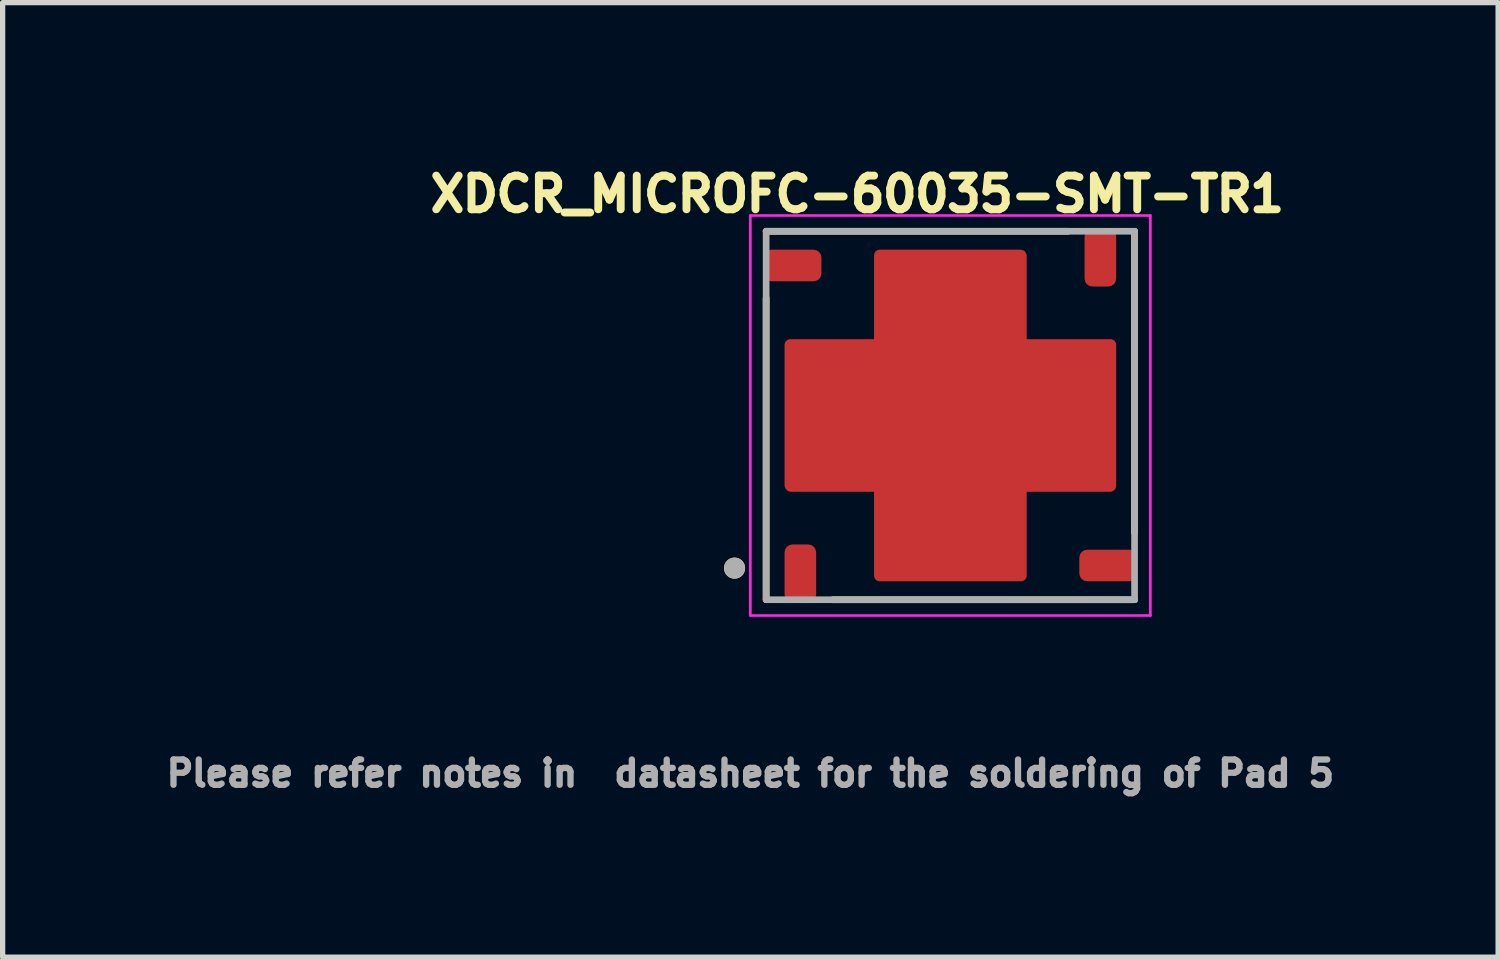
<source format=kicad_pcb>
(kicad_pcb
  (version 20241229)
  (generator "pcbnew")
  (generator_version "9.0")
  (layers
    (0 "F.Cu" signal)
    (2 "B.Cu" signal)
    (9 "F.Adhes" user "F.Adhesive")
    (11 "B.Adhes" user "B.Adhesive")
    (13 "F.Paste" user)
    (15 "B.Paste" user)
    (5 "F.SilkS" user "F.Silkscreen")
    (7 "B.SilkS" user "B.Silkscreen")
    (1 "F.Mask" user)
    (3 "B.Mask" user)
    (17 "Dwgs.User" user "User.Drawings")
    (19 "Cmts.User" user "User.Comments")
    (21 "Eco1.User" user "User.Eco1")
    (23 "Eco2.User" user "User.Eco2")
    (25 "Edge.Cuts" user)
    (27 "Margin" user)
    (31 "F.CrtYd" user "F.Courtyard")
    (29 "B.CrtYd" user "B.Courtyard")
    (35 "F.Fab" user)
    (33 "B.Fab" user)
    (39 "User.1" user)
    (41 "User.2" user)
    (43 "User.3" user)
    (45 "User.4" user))
  (footprint "XDCR_MICROFC-60035-SMT-TR1"
    (layer "F.Cu")
    (at 15.006 4.844)
    (property "Reference" "XDCR_MICROFC-60035-SMT-TR1" (at -1.768 -4.206 0) (layer "F.SilkS") (effects (font (size 0.64 0.64) (thickness 0.15))))
    (attr smd)
    (fp_poly (pts (xy -1.55 -1.55) (xy -1.55 -3.04) (xy -1.55 -3.051) (xy -1.549 -3.062) (xy -1.547 -3.073) (xy -1.545 -3.084) (xy -1.543 -3.094) (xy -1.54 -3.105) (xy -1.536 -3.115) (xy -1.532 -3.125) (xy -1.527 -3.135) (xy -1.522 -3.145) (xy -1.516 -3.154) (xy -1.51 -3.163) (xy -1.503 -3.172) (xy -1.496 -3.181) (xy -1.488 -3.188) (xy -1.481 -3.196) (xy -1.472 -3.203) (xy -1.463 -3.21) (xy -1.454 -3.216) (xy -1.445 -3.222) (xy -1.435 -3.227) (xy -1.425 -3.232) (xy -1.415 -3.236) (xy -1.405 -3.24) (xy -1.394 -3.243) (xy -1.384 -3.245) (xy -1.373 -3.247) (xy -1.362 -3.249) (xy -1.351 -3.25) (xy -1.34 -3.25) (xy -1.32 -3.25) (xy 1.33 -3.25) (xy 1.342 -3.25) (xy 1.353 -3.249) (xy 1.364 -3.247) (xy 1.376 -3.245) (xy 1.387 -3.243) (xy 1.398 -3.239) (xy 1.409 -3.235) (xy 1.419 -3.231) (xy 1.43 -3.226) (xy 1.44 -3.221) (xy 1.45 -3.215) (xy 1.459 -3.208) (xy 1.468 -3.201) (xy 1.477 -3.193) (xy 1.486 -3.186) (xy 1.493 -3.177) (xy 1.501 -3.168) (xy 1.508 -3.159) (xy 1.515 -3.15) (xy 1.521 -3.14) (xy 1.526 -3.13) (xy 1.531 -3.119) (xy 1.535 -3.109) (xy 1.539 -3.098) (xy 1.543 -3.087) (xy 1.545 -3.076) (xy 1.547 -3.064) (xy 1.549 -3.053) (xy 1.55 -3.042) (xy 1.55 -3.03) (xy 1.55 -1.55) (xy 3.04 -1.55) (xy 3.051 -1.55) (xy 3.062 -1.549) (xy 3.073 -1.547) (xy 3.084 -1.545) (xy 3.094 -1.543) (xy 3.105 -1.54) (xy 3.115 -1.536) (xy 3.125 -1.532) (xy 3.135 -1.527) (xy 3.145 -1.522) (xy 3.154 -1.516) (xy 3.163 -1.51) (xy 3.172 -1.503) (xy 3.181 -1.496) (xy 3.188 -1.488) (xy 3.196 -1.481) (xy 3.203 -1.472) (xy 3.21 -1.463) (xy 3.216 -1.454) (xy 3.222 -1.445) (xy 3.227 -1.435) (xy 3.232 -1.425) (xy 3.236 -1.415) (xy 3.24 -1.405) (xy 3.243 -1.394) (xy 3.245 -1.384) (xy 3.247 -1.373) (xy 3.249 -1.362) (xy 3.25 -1.351) (xy 3.25 -1.34) (xy 3.25 -1.31) (xy 3.25 1.3) (xy 3.25 1.33) (xy 3.25 1.342) (xy 3.249 1.353) (xy 3.247 1.364) (xy 3.245 1.376) (xy 3.243 1.387) (xy 3.239 1.398) (xy 3.235 1.409) (xy 3.231 1.419) (xy 3.226 1.43) (xy 3.221 1.44) (xy 3.215 1.45) (xy 3.208 1.459) (xy 3.201 1.468) (xy 3.193 1.477) (xy 3.186 1.486) (xy 3.177 1.493) (xy 3.168 1.501) (xy 3.159 1.508) (xy 3.15 1.515) (xy 3.14 1.521) (xy 3.13 1.526) (xy 3.119 1.531) (xy 3.109 1.535) (xy 3.098 1.539) (xy 3.087 1.543) (xy 3.076 1.545) (xy 3.064 1.547) (xy 3.053 1.549) (xy 3.042 1.55) (xy 3.03 1.55) (xy 1.55 1.55) (xy 1.55 3.04) (xy 1.55 3.051) (xy 1.549 3.062) (xy 1.547 3.073) (xy 1.545 3.084) (xy 1.543 3.094) (xy 1.54 3.105) (xy 1.536 3.115) (xy 1.532 3.125) (xy 1.527 3.135) (xy 1.522 3.145) (xy 1.516 3.154) (xy 1.51 3.163) (xy 1.503 3.172) (xy 1.496 3.181) (xy 1.488 3.188) (xy 1.481 3.196) (xy 1.472 3.203) (xy 1.463 3.21) (xy 1.454 3.216) (xy 1.445 3.222) (xy 1.435 3.227) (xy 1.425 3.232) (xy 1.415 3.236) (xy 1.405 3.24) (xy 1.394 3.243) (xy 1.384 3.245) (xy 1.373 3.247) (xy 1.362 3.249) (xy 1.351 3.25) (xy 1.34 3.25) (xy 1.31 3.25) (xy -1.32 3.25) (xy -1.34 3.25) (xy -1.351 3.25) (xy -1.362 3.249) (xy -1.373 3.247) (xy -1.384 3.245) (xy -1.394 3.243) (xy -1.405 3.24) (xy -1.415 3.236) (xy -1.425 3.232) (xy -1.435 3.227) (xy -1.445 3.222) (xy -1.454 3.216) (xy -1.463 3.21) (xy -1.472 3.203) (xy -1.481 3.196) (xy -1.488 3.188) (xy -1.496 3.181) (xy -1.503 3.172) (xy -1.51 3.163) (xy -1.516 3.154) (xy -1.522 3.145) (xy -1.527 3.135) (xy -1.532 3.125) (xy -1.536 3.115) (xy -1.54 3.105) (xy -1.543 3.094) (xy -1.545 3.084) (xy -1.547 3.073) (xy -1.549 3.062) (xy -1.55 3.051) (xy -1.55 3.04) (xy -1.55 1.55) (xy -3.02 1.55) (xy -3.032 1.55) (xy -3.044 1.549) (xy -3.056 1.547) (xy -3.068 1.545) (xy -3.08 1.542) (xy -3.091 1.539) (xy -3.102 1.535) (xy -3.114 1.53) (xy -3.124 1.525) (xy -3.135 1.519) (xy -3.145 1.513) (xy -3.155 1.506) (xy -3.165 1.499) (xy -3.174 1.491) (xy -3.183 1.483) (xy -3.191 1.474) (xy -3.199 1.465) (xy -3.206 1.455) (xy -3.213 1.445) (xy -3.219 1.435) (xy -3.225 1.424) (xy -3.23 1.414) (xy -3.235 1.402) (xy -3.239 1.391) (xy -3.242 1.38) (xy -3.245 1.368) (xy -3.247 1.356) (xy -3.249 1.344) (xy -3.25 1.332) (xy -3.25 1.32) (xy -3.25 -1.32) (xy -3.25 -1.34) (xy -3.25 -1.351) (xy -3.249 -1.362) (xy -3.247 -1.373) (xy -3.245 -1.384) (xy -3.243 -1.394) (xy -3.24 -1.405) (xy -3.236 -1.415) (xy -3.232 -1.425) (xy -3.227 -1.435) (xy -3.222 -1.445) (xy -3.216 -1.454) (xy -3.21 -1.463) (xy -3.203 -1.472) (xy -3.196 -1.481) (xy -3.188 -1.488) (xy -3.181 -1.496) (xy -3.172 -1.503) (xy -3.163 -1.51) (xy -3.154 -1.516) (xy -3.145 -1.522) (xy -3.135 -1.527) (xy -3.125 -1.532) (xy -3.115 -1.536) (xy -3.105 -1.54) (xy -3.094 -1.543) (xy -3.084 -1.545) (xy -3.073 -1.547) (xy -3.062 -1.549) (xy -3.051 -1.55) (xy -3.04 -1.55) (xy -1.55 -1.55)) (stroke (width 0.0001) (type solid)) (fill yes) (layer "F.Mask"))
    (fp_line (start -3.5 -3.5) (end 2.23 -3.5) (stroke (width 0.127) (type solid)) (layer "F.SilkS"))
    (fp_line (start -3.5 -2.23) (end -3.5 3.5) (stroke (width 0.127) (type solid)) (layer "F.SilkS"))
    (fp_line (start -2.23 3.5) (end 3.5 3.5) (stroke (width 0.127) (type solid)) (layer "F.SilkS"))
    (fp_line (start 3.5 -3.5) (end 3.5 2.23) (stroke (width 0.127) (type solid)) (layer "F.SilkS"))
    (fp_circle (center -4.1 2.9) (end -4 2.9) (stroke (width 0.2) (type solid)) (fill no) (layer "F.SilkS"))
    (fp_poly (pts (xy -2.9 1.025) (xy -2.9 -1.025) (xy -1.7 -1.025) (xy -1.7 1.025)) (stroke (width 0.01) (type solid)) (fill yes) (layer "F.Paste"))
    (fp_poly (pts (xy -1.025 -2.9) (xy 1.025 -2.9) (xy 1.025 -1.7) (xy -1.025 -1.7)) (stroke (width 0.01) (type solid)) (fill yes) (layer "F.Paste"))
    (fp_poly (pts (xy -1.025 -1.025) (xy 1.025 -1.025) (xy 1.025 1.025) (xy -1.025 1.025)) (stroke (width 0.01) (type solid)) (fill yes) (layer "F.Paste"))
    (fp_poly (pts (xy -1.025 1.7) (xy 1.025 1.7) (xy 1.025 2.9) (xy -1.025 2.9)) (stroke (width 0.01) (type solid)) (fill yes) (layer "F.Paste"))
    (fp_poly (pts (xy 1.7 1.025) (xy 1.7 -1.025) (xy 2.9 -1.025) (xy 2.9 1.025)) (stroke (width 0.01) (type solid)) (fill yes) (layer "F.Paste"))
    (fp_line (start -3.8 -3.8) (end 3.8 -3.8) (stroke (width 0.05) (type solid)) (layer "F.CrtYd"))
    (fp_line (start -3.8 3.8) (end -3.8 -3.8) (stroke (width 0.05) (type solid)) (layer "F.CrtYd"))
    (fp_line (start 3.8 -3.8) (end 3.8 3.8) (stroke (width 0.05) (type solid)) (layer "F.CrtYd"))
    (fp_line (start 3.8 3.8) (end -3.8 3.8) (stroke (width 0.05) (type solid)) (layer "F.CrtYd"))
    (fp_line (start -3.5 -3.5) (end 3.5 -3.5) (stroke (width 0.127) (type solid)) (layer "F.Fab"))
    (fp_line (start -3.5 3.5) (end -3.5 -3.5) (stroke (width 0.127) (type solid)) (layer "F.Fab"))
    (fp_line (start 3.5 -3.5) (end 3.5 3.5) (stroke (width 0.127) (type solid)) (layer "F.Fab"))
    (fp_line (start 3.5 3.5) (end -3.5 3.5) (stroke (width 0.127) (type solid)) (layer "F.Fab"))
    (fp_circle (center -4.1 2.9) (end -4 2.9) (stroke (width 0.2) (type solid)) (fill no) (layer "F.Fab"))
    (fp_text user "Please refer notes in  datasheet for the soldering of Pad 5" (at -3.8 6.8 0) (layer "F.Fab") (effects (font (size 0.48 0.48) (thickness 0.15))))
    (pad "1" smd roundrect (at -2.85 3) (size 0.6 1.1) (layers "F.Cu" "F.Mask" "F.Paste") (roundrect_rratio 0.25))
    (pad "2" smd roundrect (at 3 2.85) (size 1.1 0.6) (layers "F.Cu" "F.Mask" "F.Paste") (roundrect_rratio 0.25))
    (pad "3" smd roundrect (at 2.85 -3) (size 0.6 1.1) (layers "F.Cu" "F.Mask" "F.Paste") (roundrect_rratio 0.25))
    (pad "4" smd roundrect (at -3 -2.85) (size 1.1 0.6) (layers "F.Cu" "F.Mask" "F.Paste") (roundrect_rratio 0.25))
    (pad "5" smd custom (at 0 0) (size 2.9 2.9) (layers "F.Cu") (options (anchor rect)) (primitives (gr_poly (pts (xy -1.45 -1.45) (xy -1.45 -3.04) (xy -1.45 -3.046) (xy -1.449 -3.051) (xy -1.449 -3.057) (xy -1.448 -3.063) (xy -1.446 -3.068) (xy -1.445 -3.074) (xy -1.443 -3.079) (xy -1.44 -3.085) (xy -1.438 -3.09) (xy -1.435 -3.095) (xy -1.432 -3.1) (xy -1.429 -3.105) (xy -1.425 -3.109) (xy -1.422 -3.114) (xy -1.418 -3.118) (xy -1.414 -3.122) (xy -1.409 -3.125) (xy -1.405 -3.129) (xy -1.4 -3.132) (xy -1.395 -3.135) (xy -1.39 -3.138) (xy -1.385 -3.14) (xy -1.379 -3.143) (xy -1.374 -3.145) (xy -1.368 -3.146) (xy -1.363 -3.148) (xy -1.357 -3.149) (xy -1.351 -3.149) (xy -1.346 -3.15) (xy -1.34 -3.15) (xy -1.32 -3.15) (xy 1.33 -3.15) (xy 1.336 -3.15) (xy 1.343 -3.149) (xy 1.349 -3.149) (xy 1.355 -3.147) (xy 1.361 -3.146) (xy 1.367 -3.144) (xy 1.373 -3.142) (xy 1.379 -3.14) (xy 1.384 -3.137) (xy 1.39 -3.134) (xy 1.395 -3.131) (xy 1.401 -3.127) (xy 1.406 -3.123) (xy 1.41 -3.119) (xy 1.415 -3.115) (xy 1.419 -3.11) (xy 1.423 -3.106) (xy 1.427 -3.101) (xy 1.431 -3.095) (xy 1.434 -3.09) (xy 1.437 -3.084) (xy 1.44 -3.079) (xy 1.442 -3.073) (xy 1.444 -3.067) (xy 1.446 -3.061) (xy 1.447 -3.055) (xy 1.449 -3.049) (xy 1.449 -3.043) (xy 1.45 -3.036) (xy 1.45 -3.03) (xy 1.45 -1.45) (xy 3.04 -1.45) (xy 3.046 -1.45) (xy 3.051 -1.449) (xy 3.057 -1.449) (xy 3.063 -1.448) (xy 3.068 -1.446) (xy 3.074 -1.445) (xy 3.079 -1.443) (xy 3.085 -1.44) (xy 3.09 -1.438) (xy 3.095 -1.435) (xy 3.1 -1.432) (xy 3.105 -1.429) (xy 3.109 -1.425) (xy 3.114 -1.422) (xy 3.118 -1.418) (xy 3.122 -1.414) (xy 3.125 -1.409) (xy 3.129 -1.405) (xy 3.132 -1.4) (xy 3.135 -1.395) (xy 3.138 -1.39) (xy 3.14 -1.385) (xy 3.143 -1.379) (xy 3.145 -1.374) (xy 3.146 -1.368) (xy 3.148 -1.363) (xy 3.149 -1.357) (xy 3.149 -1.351) (xy 3.15 -1.346) (xy 3.15 -1.34) (xy 3.15 -1.31) (xy 3.15 1.3) (xy 3.15 1.33) (xy 3.15 1.336) (xy 3.149 1.343) (xy 3.149 1.349) (xy 3.147 1.355) (xy 3.146 1.361) (xy 3.144 1.367) (xy 3.142 1.373) (xy 3.14 1.379) (xy 3.137 1.384) (xy 3.134 1.39) (xy 3.131 1.395) (xy 3.127 1.401) (xy 3.123 1.406) (xy 3.119 1.41) (xy 3.115 1.415) (xy 3.11 1.419) (xy 3.106 1.423) (xy 3.101 1.427) (xy 3.095 1.431) (xy 3.09 1.434) (xy 3.084 1.437) (xy 3.079 1.44) (xy 3.073 1.442) (xy 3.067 1.444) (xy 3.061 1.446) (xy 3.055 1.447) (xy 3.049 1.449) (xy 3.043 1.449) (xy 3.036 1.45) (xy 3.03 1.45) (xy 1.45 1.45) (xy 1.45 3.04) (xy 1.45 3.046) (xy 1.449 3.051) (xy 1.449 3.057) (xy 1.448 3.063) (xy 1.446 3.068) (xy 1.445 3.074) (xy 1.443 3.079) (xy 1.44 3.085) (xy 1.438 3.09) (xy 1.435 3.095) (xy 1.432 3.1) (xy 1.429 3.105) (xy 1.425 3.109) (xy 1.422 3.114) (xy 1.418 3.118) (xy 1.414 3.122) (xy 1.409 3.125) (xy 1.405 3.129) (xy 1.4 3.132) (xy 1.395 3.135) (xy 1.39 3.138) (xy 1.385 3.14) (xy 1.379 3.143) (xy 1.374 3.145) (xy 1.368 3.146) (xy 1.363 3.148) (xy 1.357 3.149) (xy 1.351 3.149) (xy 1.346 3.15) (xy 1.34 3.15) (xy 1.31 3.15) (xy -1.32 3.15) (xy -1.34 3.15) (xy -1.346 3.15) (xy -1.351 3.149) (xy -1.357 3.149) (xy -1.363 3.148) (xy -1.368 3.146) (xy -1.374 3.145) (xy -1.379 3.143) (xy -1.385 3.14) (xy -1.39 3.138) (xy -1.395 3.135) (xy -1.4 3.132) (xy -1.405 3.129) (xy -1.409 3.125) (xy -1.414 3.122) (xy -1.418 3.118) (xy -1.422 3.114) (xy -1.425 3.109) (xy -1.429 3.105) (xy -1.432 3.1) (xy -1.435 3.095) (xy -1.438 3.09) (xy -1.44 3.085) (xy -1.443 3.079) (xy -1.445 3.074) (xy -1.446 3.068) (xy -1.448 3.063) (xy -1.449 3.057) (xy -1.449 3.051) (xy -1.45 3.046) (xy -1.45 3.04) (xy -1.45 1.45) (xy -3.02 1.45) (xy -3.027 1.45) (xy -3.034 1.449) (xy -3.04 1.448) (xy -3.047 1.447) (xy -3.054 1.446) (xy -3.06 1.444) (xy -3.067 1.441) (xy -3.073 1.439) (xy -3.079 1.436) (xy -3.085 1.433) (xy -3.091 1.429) (xy -3.096 1.425) (xy -3.102 1.421) (xy -3.107 1.417) (xy -3.112 1.412) (xy -3.117 1.407) (xy -3.121 1.402) (xy -3.125 1.396) (xy -3.129 1.391) (xy -3.133 1.385) (xy -3.136 1.379) (xy -3.139 1.373) (xy -3.141 1.367) (xy -3.144 1.36) (xy -3.146 1.354) (xy -3.147 1.347) (xy -3.148 1.34) (xy -3.149 1.334) (xy -3.15 1.327) (xy -3.15 1.32) (xy -3.15 -1.32) (xy -3.15 -1.34) (xy -3.15 -1.346) (xy -3.149 -1.351) (xy -3.149 -1.357) (xy -3.148 -1.363) (xy -3.146 -1.368) (xy -3.145 -1.374) (xy -3.143 -1.379) (xy -3.14 -1.385) (xy -3.138 -1.39) (xy -3.135 -1.395) (xy -3.132 -1.4) (xy -3.129 -1.405) (xy -3.125 -1.409) (xy -3.122 -1.414) (xy -3.118 -1.418) (xy -3.114 -1.422) (xy -3.109 -1.425) (xy -3.105 -1.429) (xy -3.1 -1.432) (xy -3.095 -1.435) (xy -3.09 -1.438) (xy -3.085 -1.44) (xy -3.079 -1.443) (xy -3.074 -1.445) (xy -3.068 -1.446) (xy -3.063 -1.448) (xy -3.057 -1.449) (xy -3.051 -1.449) (xy -3.046 -1.45) (xy -3.04 -1.45) (xy -1.45 -1.45)) (width 0.0001) (fill yes)))))
  (gr_rect
    (start -3 -3)
    (end 25.413 15.135)
    (stroke (width 0.1) (type default))
    (fill no)
    (layer "Edge.Cuts")))
</source>
